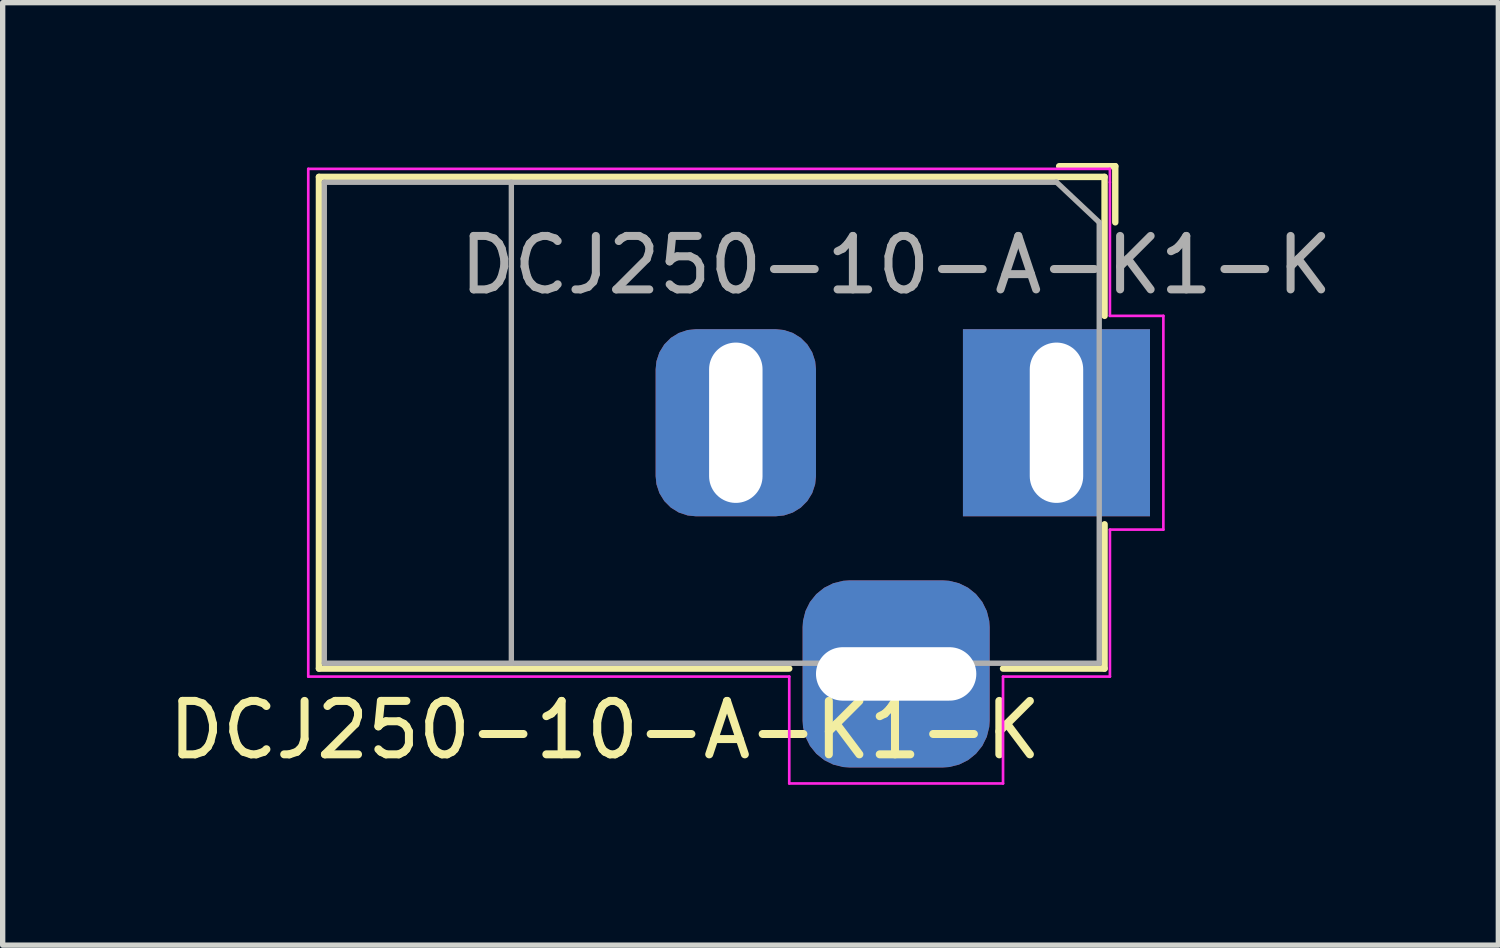
<source format=kicad_pcb>
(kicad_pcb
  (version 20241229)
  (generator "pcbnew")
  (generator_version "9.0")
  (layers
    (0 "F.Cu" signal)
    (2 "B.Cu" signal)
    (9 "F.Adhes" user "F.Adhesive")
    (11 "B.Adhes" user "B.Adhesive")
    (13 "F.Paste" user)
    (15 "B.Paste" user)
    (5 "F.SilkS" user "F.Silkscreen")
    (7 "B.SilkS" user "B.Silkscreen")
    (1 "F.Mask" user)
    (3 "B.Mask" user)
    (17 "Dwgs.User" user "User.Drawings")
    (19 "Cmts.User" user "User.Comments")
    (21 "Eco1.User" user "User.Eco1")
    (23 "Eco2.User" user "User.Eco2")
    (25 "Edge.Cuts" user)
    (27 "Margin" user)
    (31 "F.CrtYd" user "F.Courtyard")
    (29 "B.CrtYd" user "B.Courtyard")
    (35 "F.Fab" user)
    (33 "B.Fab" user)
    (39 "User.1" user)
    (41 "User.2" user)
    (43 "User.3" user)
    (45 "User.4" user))
  (footprint "DCJ250-10-A-K1-K"
    (layer "F.Cu")
    (at 16.718 4.86)
    (property "Reference" "DCJ250-10-A-K1-K" (at -8.45 5.75 0) (layer "F.SilkS") (effects (font (size 1 1) (thickness 0.15))))
    (attr through_hole)
    (fp_line (start -13.8 -4.6) (end 0.9 -4.6) (stroke (width 0.12) (type solid)) (layer "F.SilkS"))
    (fp_line (start -13.8 4.6) (end -13.8 -4.6) (stroke (width 0.12) (type solid)) (layer "F.SilkS"))
    (fp_line (start -5 4.6) (end -13.8 4.6) (stroke (width 0.12) (type solid)) (layer "F.SilkS"))
    (fp_line (start 0.05 -4.8) (end 1.1 -4.8) (stroke (width 0.12) (type solid)) (layer "F.SilkS"))
    (fp_line (start 0.9 -4.6) (end 0.9 -2) (stroke (width 0.12) (type solid)) (layer "F.SilkS"))
    (fp_line (start 0.9 1.9) (end 0.9 4.6) (stroke (width 0.12) (type solid)) (layer "F.SilkS"))
    (fp_line (start 0.9 4.6) (end -1 4.6) (stroke (width 0.12) (type solid)) (layer "F.SilkS"))
    (fp_line (start 1.1 -3.75) (end 1.1 -4.8) (stroke (width 0.12) (type solid)) (layer "F.SilkS"))
    (fp_line (start -14 4.75) (end -14 -4.75) (stroke (width 0.05) (type solid)) (layer "F.CrtYd"))
    (fp_line (start -5 4.75) (end -14 4.75) (stroke (width 0.05) (type solid)) (layer "F.CrtYd"))
    (fp_line (start -5 6.75) (end -5 4.75) (stroke (width 0.05) (type solid)) (layer "F.CrtYd"))
    (fp_line (start -1 4.75) (end -1 6.75) (stroke (width 0.05) (type solid)) (layer "F.CrtYd"))
    (fp_line (start -1 6.75) (end -5 6.75) (stroke (width 0.05) (type solid)) (layer "F.CrtYd"))
    (fp_line (start 1 -4.75) (end -14 -4.75) (stroke (width 0.05) (type solid)) (layer "F.CrtYd"))
    (fp_line (start 1 -4.5) (end 1 -4.75) (stroke (width 0.05) (type solid)) (layer "F.CrtYd"))
    (fp_line (start 1 -4.5) (end 1 -2) (stroke (width 0.05) (type solid)) (layer "F.CrtYd"))
    (fp_line (start 1 -2) (end 2 -2) (stroke (width 0.05) (type solid)) (layer "F.CrtYd"))
    (fp_line (start 1 2) (end 1 4.75) (stroke (width 0.05) (type solid)) (layer "F.CrtYd"))
    (fp_line (start 1 4.75) (end -1 4.75) (stroke (width 0.05) (type solid)) (layer "F.CrtYd"))
    (fp_line (start 2 -2) (end 2 2) (stroke (width 0.05) (type solid)) (layer "F.CrtYd"))
    (fp_line (start 2 2) (end 1 2) (stroke (width 0.05) (type solid)) (layer "F.CrtYd"))
    (fp_line (start -13.7 -4.5) (end -13.7 4.5) (stroke (width 0.1) (type solid)) (layer "F.Fab"))
    (fp_line (start -13.7 4.5) (end 0.8 4.5) (stroke (width 0.1) (type solid)) (layer "F.Fab"))
    (fp_line (start -10.2 -4.5) (end -10.2 4.5) (stroke (width 0.1) (type solid)) (layer "F.Fab"))
    (fp_line (start -0.003 -4.505) (end 0.8 -3.75) (stroke (width 0.1) (type solid)) (layer "F.Fab"))
    (fp_line (start 0 -4.5) (end -13.7 -4.5) (stroke (width 0.1) (type solid)) (layer "F.Fab"))
    (fp_line (start 0.8 4.5) (end 0.8 -3.75) (stroke (width 0.1) (type solid)) (layer "F.Fab"))
    (fp_text user "${REFERENCE}" (at -3 -2.95 0) (layer "F.Fab") (effects (font (size 1 1) (thickness 0.15))))
    (pad "1" thru_hole rect (at 0 0) (size 3.5 3.5) (drill oval 1 3) (layers "*.Cu" "*.Mask"))
    (pad "2" thru_hole roundrect (at -6 0) (size 3 3.5) (drill oval 1 3) (layers "*.Cu" "*.Mask") (roundrect_rratio 0.25))
    (pad "3" thru_hole roundrect (at -3 4.7) (size 3.5 3.5) (drill oval 3 1) (layers "*.Cu" "*.Mask") (roundrect_rratio 0.25)))
  (gr_rect
    (start -3 -3)
    (end 24.986 14.635)
    (stroke (width 0.1) (type default))
    (fill no)
    (layer "Edge.Cuts")))
</source>
